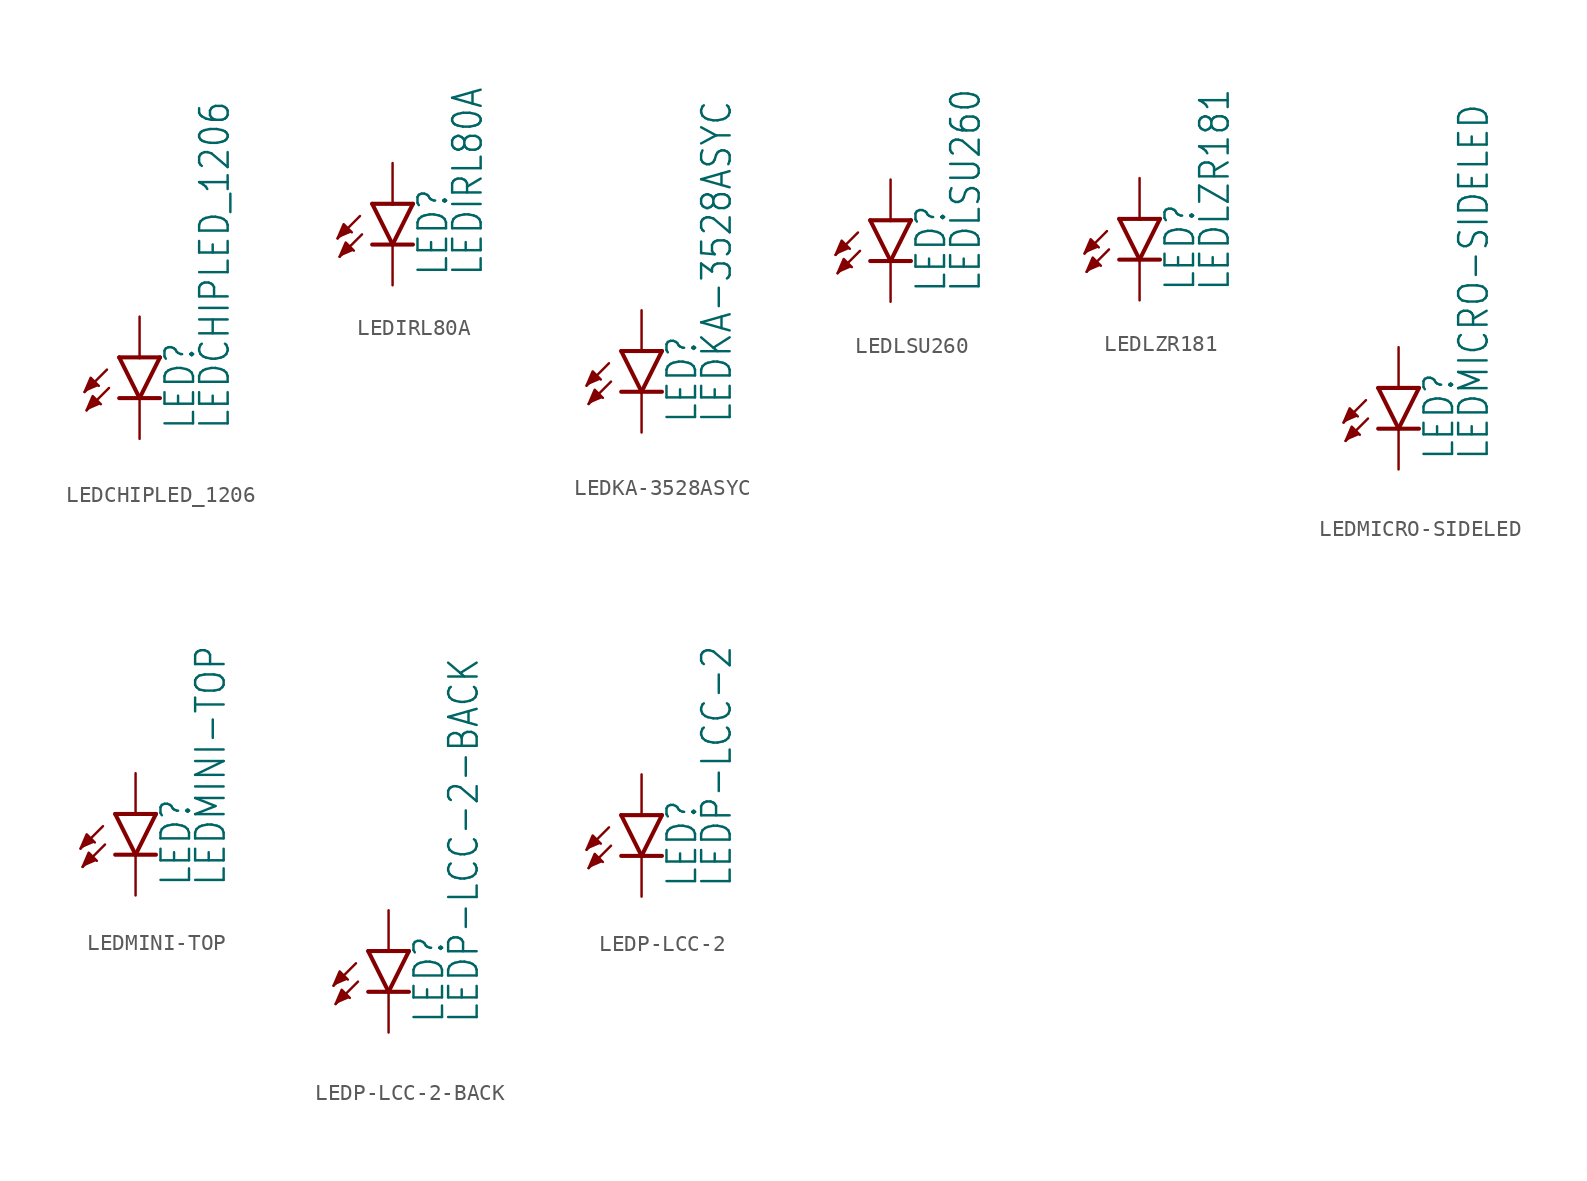
<source format=kicad_sym>
(kicad_symbol_lib
  (version 20211014)
  (generator kicad_symbol_editor)
  (symbol "LEDCHIPLED_1206"
    (property "Reference" "LED"
      (at 3.556 -4.572 90)
      (effects (font (size 1.778 1.511)) (justify left bottom)))
    (property "Value" "LEDCHIPLED_1206"
      (at 5.715 -4.572 90)
      (effects (font (size 1.778 1.511)) (justify left bottom)))
    (property "ki_locked" ""
      (at 0 0 0)
      (effects (font (size 1.27 1.27))))
    (symbol "LEDCHIPLED_1206_1_0"
      (polyline (pts (xy -2.032 -0.762) (xy -3.429 -2.159)) (stroke (width 0.152) (type default)) (fill (type none)))
      (polyline (pts (xy -1.905 -1.905) (xy -3.302 -3.302)) (stroke (width 0.152) (type default)) (fill (type none)))
      (polyline (pts (xy 0 -2.54) (xy -1.27 -2.54)) (stroke (width 0.254) (type default)) (fill (type none)))
      (polyline (pts (xy 0 -2.54) (xy -1.27 0)) (stroke (width 0.254) (type default)) (fill (type none)))
      (polyline (pts (xy 0 0) (xy -1.27 0)) (stroke (width 0.254) (type default)) (fill (type none)))
      (polyline (pts (xy 1.27 -2.54) (xy 0 -2.54)) (stroke (width 0.254) (type default)) (fill (type none)))
      (polyline (pts (xy 1.27 0) (xy 0 -2.54)) (stroke (width 0.254) (type default)) (fill (type none)))
      (polyline (pts (xy 1.27 0) (xy 0 0)) (stroke (width 0.254) (type default)) (fill (type none)))
      (polyline (pts (xy -3.429 -2.159) (xy -3.048 -1.27) (xy -2.54 -1.778)) (stroke (width 0) (type default)) (fill (type outline)))
      (polyline (pts (xy -3.302 -3.302) (xy -2.921 -2.413) (xy -2.413 -2.921)) (stroke (width 0) (type default)) (fill (type outline)))
      (pin passive line (at 0 2.54 270) (length 2.54) (name "A" (effects (font (size 0 0)))) (number "A" (effects (font (size 0 0)))))
      (pin passive line (at 0 -5.08 90) (length 2.54) (name "C" (effects (font (size 0 0)))) (number "C" (effects (font (size 0 0)))))))
  (symbol "LEDIRL80A"
    (property "Reference" "LED"
      (at 3.556 -4.572 90)
      (effects (font (size 1.778 1.511)) (justify left bottom)))
    (property "Value" "LEDIRL80A"
      (at 5.715 -4.572 90)
      (effects (font (size 1.778 1.511)) (justify left bottom)))
    (property "ki_locked" ""
      (at 0 0 0)
      (effects (font (size 1.27 1.27))))
    (symbol "LEDIRL80A_1_0"
      (polyline (pts (xy -2.032 -0.762) (xy -3.429 -2.159)) (stroke (width 0.152) (type default)) (fill (type none)))
      (polyline (pts (xy -1.905 -1.905) (xy -3.302 -3.302)) (stroke (width 0.152) (type default)) (fill (type none)))
      (polyline (pts (xy 0 -2.54) (xy -1.27 -2.54)) (stroke (width 0.254) (type default)) (fill (type none)))
      (polyline (pts (xy 0 -2.54) (xy -1.27 0)) (stroke (width 0.254) (type default)) (fill (type none)))
      (polyline (pts (xy 0 0) (xy -1.27 0)) (stroke (width 0.254) (type default)) (fill (type none)))
      (polyline (pts (xy 1.27 -2.54) (xy 0 -2.54)) (stroke (width 0.254) (type default)) (fill (type none)))
      (polyline (pts (xy 1.27 0) (xy 0 -2.54)) (stroke (width 0.254) (type default)) (fill (type none)))
      (polyline (pts (xy 1.27 0) (xy 0 0)) (stroke (width 0.254) (type default)) (fill (type none)))
      (polyline (pts (xy -3.429 -2.159) (xy -3.048 -1.27) (xy -2.54 -1.778)) (stroke (width 0) (type default)) (fill (type outline)))
      (polyline (pts (xy -3.302 -3.302) (xy -2.921 -2.413) (xy -2.413 -2.921)) (stroke (width 0) (type default)) (fill (type outline)))
      (pin passive line (at 0 2.54 270) (length 2.54) (name "A" (effects (font (size 0 0)))) (number "A" (effects (font (size 0 0)))))
      (pin passive line (at 0 -5.08 90) (length 2.54) (name "C" (effects (font (size 0 0)))) (number "K" (effects (font (size 0 0)))))))
  (symbol "LEDKA-3528ASYC"
    (property "Reference" "LED"
      (at 3.556 -4.572 90)
      (effects (font (size 1.778 1.511)) (justify left bottom)))
    (property "Value" "LEDKA-3528ASYC"
      (at 5.715 -4.572 90)
      (effects (font (size 1.778 1.511)) (justify left bottom)))
    (property "ki_locked" ""
      (at 0 0 0)
      (effects (font (size 1.27 1.27))))
    (symbol "LEDKA-3528ASYC_1_0"
      (polyline (pts (xy -2.032 -0.762) (xy -3.429 -2.159)) (stroke (width 0.152) (type default)) (fill (type none)))
      (polyline (pts (xy -1.905 -1.905) (xy -3.302 -3.302)) (stroke (width 0.152) (type default)) (fill (type none)))
      (polyline (pts (xy 0 -2.54) (xy -1.27 -2.54)) (stroke (width 0.254) (type default)) (fill (type none)))
      (polyline (pts (xy 0 -2.54) (xy -1.27 0)) (stroke (width 0.254) (type default)) (fill (type none)))
      (polyline (pts (xy 0 0) (xy -1.27 0)) (stroke (width 0.254) (type default)) (fill (type none)))
      (polyline (pts (xy 1.27 -2.54) (xy 0 -2.54)) (stroke (width 0.254) (type default)) (fill (type none)))
      (polyline (pts (xy 1.27 0) (xy 0 -2.54)) (stroke (width 0.254) (type default)) (fill (type none)))
      (polyline (pts (xy 1.27 0) (xy 0 0)) (stroke (width 0.254) (type default)) (fill (type none)))
      (polyline (pts (xy -3.429 -2.159) (xy -3.048 -1.27) (xy -2.54 -1.778)) (stroke (width 0) (type default)) (fill (type outline)))
      (polyline (pts (xy -3.302 -3.302) (xy -2.921 -2.413) (xy -2.413 -2.921)) (stroke (width 0) (type default)) (fill (type outline)))
      (pin passive line (at 0 2.54 270) (length 2.54) (name "A" (effects (font (size 0 0)))) (number "A" (effects (font (size 0 0)))))
      (pin passive line (at 0 -5.08 90) (length 2.54) (name "C" (effects (font (size 0 0)))) (number "C" (effects (font (size 0 0)))))))
  (symbol "LEDLSU260"
    (property "Reference" "LED"
      (at 3.556 -4.572 90)
      (effects (font (size 1.778 1.511)) (justify left bottom)))
    (property "Value" "LEDLSU260"
      (at 5.715 -4.572 90)
      (effects (font (size 1.778 1.511)) (justify left bottom)))
    (property "ki_locked" ""
      (at 0 0 0)
      (effects (font (size 1.27 1.27))))
    (symbol "LEDLSU260_1_0"
      (polyline (pts (xy -2.032 -0.762) (xy -3.429 -2.159)) (stroke (width 0.152) (type default)) (fill (type none)))
      (polyline (pts (xy -1.905 -1.905) (xy -3.302 -3.302)) (stroke (width 0.152) (type default)) (fill (type none)))
      (polyline (pts (xy 0 -2.54) (xy -1.27 -2.54)) (stroke (width 0.254) (type default)) (fill (type none)))
      (polyline (pts (xy 0 -2.54) (xy -1.27 0)) (stroke (width 0.254) (type default)) (fill (type none)))
      (polyline (pts (xy 0 0) (xy -1.27 0)) (stroke (width 0.254) (type default)) (fill (type none)))
      (polyline (pts (xy 1.27 -2.54) (xy 0 -2.54)) (stroke (width 0.254) (type default)) (fill (type none)))
      (polyline (pts (xy 1.27 0) (xy 0 -2.54)) (stroke (width 0.254) (type default)) (fill (type none)))
      (polyline (pts (xy 1.27 0) (xy 0 0)) (stroke (width 0.254) (type default)) (fill (type none)))
      (polyline (pts (xy -3.429 -2.159) (xy -3.048 -1.27) (xy -2.54 -1.778)) (stroke (width 0) (type default)) (fill (type outline)))
      (polyline (pts (xy -3.302 -3.302) (xy -2.921 -2.413) (xy -2.413 -2.921)) (stroke (width 0) (type default)) (fill (type outline)))
      (pin passive line (at 0 2.54 270) (length 2.54) (name "A" (effects (font (size 0 0)))) (number "A" (effects (font (size 0 0)))))
      (pin passive line (at 0 -5.08 90) (length 2.54) (name "C" (effects (font (size 0 0)))) (number "K" (effects (font (size 0 0)))))))
  (symbol "LEDLZR181"
    (property "Reference" "LED"
      (at 3.556 -4.572 90)
      (effects (font (size 1.778 1.511)) (justify left bottom)))
    (property "Value" "LEDLZR181"
      (at 5.715 -4.572 90)
      (effects (font (size 1.778 1.511)) (justify left bottom)))
    (property "ki_locked" ""
      (at 0 0 0)
      (effects (font (size 1.27 1.27))))
    (symbol "LEDLZR181_1_0"
      (polyline (pts (xy -2.032 -0.762) (xy -3.429 -2.159)) (stroke (width 0.152) (type default)) (fill (type none)))
      (polyline (pts (xy -1.905 -1.905) (xy -3.302 -3.302)) (stroke (width 0.152) (type default)) (fill (type none)))
      (polyline (pts (xy 0 -2.54) (xy -1.27 -2.54)) (stroke (width 0.254) (type default)) (fill (type none)))
      (polyline (pts (xy 0 -2.54) (xy -1.27 0)) (stroke (width 0.254) (type default)) (fill (type none)))
      (polyline (pts (xy 0 0) (xy -1.27 0)) (stroke (width 0.254) (type default)) (fill (type none)))
      (polyline (pts (xy 1.27 -2.54) (xy 0 -2.54)) (stroke (width 0.254) (type default)) (fill (type none)))
      (polyline (pts (xy 1.27 0) (xy 0 -2.54)) (stroke (width 0.254) (type default)) (fill (type none)))
      (polyline (pts (xy 1.27 0) (xy 0 0)) (stroke (width 0.254) (type default)) (fill (type none)))
      (polyline (pts (xy -3.429 -2.159) (xy -3.048 -1.27) (xy -2.54 -1.778)) (stroke (width 0) (type default)) (fill (type outline)))
      (polyline (pts (xy -3.302 -3.302) (xy -2.921 -2.413) (xy -2.413 -2.921)) (stroke (width 0) (type default)) (fill (type outline)))
      (pin passive line (at 0 2.54 270) (length 2.54) (name "A" (effects (font (size 0 0)))) (number "A" (effects (font (size 0 0)))))
      (pin passive line (at 0 -5.08 90) (length 2.54) (name "C" (effects (font (size 0 0)))) (number "K" (effects (font (size 0 0)))))))
  (symbol "LEDMICRO-SIDELED"
    (property "Reference" "LED"
      (at 3.556 -4.572 90)
      (effects (font (size 1.778 1.511)) (justify left bottom)))
    (property "Value" "LEDMICRO-SIDELED"
      (at 5.715 -4.572 90)
      (effects (font (size 1.778 1.511)) (justify left bottom)))
    (property "ki_locked" ""
      (at 0 0 0)
      (effects (font (size 1.27 1.27))))
    (symbol "LEDMICRO-SIDELED_1_0"
      (polyline (pts (xy -2.032 -0.762) (xy -3.429 -2.159)) (stroke (width 0.152) (type default)) (fill (type none)))
      (polyline (pts (xy -1.905 -1.905) (xy -3.302 -3.302)) (stroke (width 0.152) (type default)) (fill (type none)))
      (polyline (pts (xy 0 -2.54) (xy -1.27 -2.54)) (stroke (width 0.254) (type default)) (fill (type none)))
      (polyline (pts (xy 0 -2.54) (xy -1.27 0)) (stroke (width 0.254) (type default)) (fill (type none)))
      (polyline (pts (xy 0 0) (xy -1.27 0)) (stroke (width 0.254) (type default)) (fill (type none)))
      (polyline (pts (xy 1.27 -2.54) (xy 0 -2.54)) (stroke (width 0.254) (type default)) (fill (type none)))
      (polyline (pts (xy 1.27 0) (xy 0 -2.54)) (stroke (width 0.254) (type default)) (fill (type none)))
      (polyline (pts (xy 1.27 0) (xy 0 0)) (stroke (width 0.254) (type default)) (fill (type none)))
      (polyline (pts (xy -3.429 -2.159) (xy -3.048 -1.27) (xy -2.54 -1.778)) (stroke (width 0) (type default)) (fill (type outline)))
      (polyline (pts (xy -3.302 -3.302) (xy -2.921 -2.413) (xy -2.413 -2.921)) (stroke (width 0) (type default)) (fill (type outline)))
      (pin passive line (at 0 2.54 270) (length 2.54) (name "A" (effects (font (size 0 0)))) (number "A" (effects (font (size 0 0)))))
      (pin passive line (at 0 -5.08 90) (length 2.54) (name "C" (effects (font (size 0 0)))) (number "C" (effects (font (size 0 0)))))))
  (symbol "LEDMINI-TOP"
    (property "Reference" "LED"
      (at 3.556 -4.572 90)
      (effects (font (size 1.778 1.511)) (justify left bottom)))
    (property "Value" "LEDMINI-TOP"
      (at 5.715 -4.572 90)
      (effects (font (size 1.778 1.511)) (justify left bottom)))
    (property "ki_locked" ""
      (at 0 0 0)
      (effects (font (size 1.27 1.27))))
    (symbol "LEDMINI-TOP_1_0"
      (polyline (pts (xy -2.032 -0.762) (xy -3.429 -2.159)) (stroke (width 0.152) (type default)) (fill (type none)))
      (polyline (pts (xy -1.905 -1.905) (xy -3.302 -3.302)) (stroke (width 0.152) (type default)) (fill (type none)))
      (polyline (pts (xy 0 -2.54) (xy -1.27 -2.54)) (stroke (width 0.254) (type default)) (fill (type none)))
      (polyline (pts (xy 0 -2.54) (xy -1.27 0)) (stroke (width 0.254) (type default)) (fill (type none)))
      (polyline (pts (xy 0 0) (xy -1.27 0)) (stroke (width 0.254) (type default)) (fill (type none)))
      (polyline (pts (xy 1.27 -2.54) (xy 0 -2.54)) (stroke (width 0.254) (type default)) (fill (type none)))
      (polyline (pts (xy 1.27 0) (xy 0 -2.54)) (stroke (width 0.254) (type default)) (fill (type none)))
      (polyline (pts (xy 1.27 0) (xy 0 0)) (stroke (width 0.254) (type default)) (fill (type none)))
      (polyline (pts (xy -3.429 -2.159) (xy -3.048 -1.27) (xy -2.54 -1.778)) (stroke (width 0) (type default)) (fill (type outline)))
      (polyline (pts (xy -3.302 -3.302) (xy -2.921 -2.413) (xy -2.413 -2.921)) (stroke (width 0) (type default)) (fill (type outline)))
      (pin passive line (at 0 2.54 270) (length 2.54) (name "A" (effects (font (size 0 0)))) (number "A" (effects (font (size 0 0)))))
      (pin passive line (at 0 -5.08 90) (length 2.54) (name "C" (effects (font (size 0 0)))) (number "C" (effects (font (size 0 0)))))))
  (symbol "LEDP-LCC-2-BACK"
    (property "Reference" "LED"
      (at 3.556 -4.572 90)
      (effects (font (size 1.778 1.511)) (justify left bottom)))
    (property "Value" "LEDP-LCC-2-BACK"
      (at 5.715 -4.572 90)
      (effects (font (size 1.778 1.511)) (justify left bottom)))
    (property "ki_locked" ""
      (at 0 0 0)
      (effects (font (size 1.27 1.27))))
    (symbol "LEDP-LCC-2-BACK_1_0"
      (polyline (pts (xy -2.032 -0.762) (xy -3.429 -2.159)) (stroke (width 0.152) (type default)) (fill (type none)))
      (polyline (pts (xy -1.905 -1.905) (xy -3.302 -3.302)) (stroke (width 0.152) (type default)) (fill (type none)))
      (polyline (pts (xy 0 -2.54) (xy -1.27 -2.54)) (stroke (width 0.254) (type default)) (fill (type none)))
      (polyline (pts (xy 0 -2.54) (xy -1.27 0)) (stroke (width 0.254) (type default)) (fill (type none)))
      (polyline (pts (xy 0 0) (xy -1.27 0)) (stroke (width 0.254) (type default)) (fill (type none)))
      (polyline (pts (xy 1.27 -2.54) (xy 0 -2.54)) (stroke (width 0.254) (type default)) (fill (type none)))
      (polyline (pts (xy 1.27 0) (xy 0 -2.54)) (stroke (width 0.254) (type default)) (fill (type none)))
      (polyline (pts (xy 1.27 0) (xy 0 0)) (stroke (width 0.254) (type default)) (fill (type none)))
      (polyline (pts (xy -3.429 -2.159) (xy -3.048 -1.27) (xy -2.54 -1.778)) (stroke (width 0) (type default)) (fill (type outline)))
      (polyline (pts (xy -3.302 -3.302) (xy -2.921 -2.413) (xy -2.413 -2.921)) (stroke (width 0) (type default)) (fill (type outline)))
      (pin passive line (at 0 2.54 270) (length 2.54) (name "A" (effects (font (size 0 0)))) (number "A" (effects (font (size 0 0)))))
      (pin passive line (at 0 -5.08 90) (length 2.54) (name "C" (effects (font (size 0 0)))) (number "C" (effects (font (size 0 0)))))))
  (symbol "LEDP-LCC-2"
    (property "Reference" "LED"
      (at 3.556 -4.572 90)
      (effects (font (size 1.778 1.511)) (justify left bottom)))
    (property "Value" "LEDP-LCC-2"
      (at 5.715 -4.572 90)
      (effects (font (size 1.778 1.511)) (justify left bottom)))
    (property "ki_locked" ""
      (at 0 0 0)
      (effects (font (size 1.27 1.27))))
    (symbol "LEDP-LCC-2_1_0"
      (polyline (pts (xy -2.032 -0.762) (xy -3.429 -2.159)) (stroke (width 0.152) (type default)) (fill (type none)))
      (polyline (pts (xy -1.905 -1.905) (xy -3.302 -3.302)) (stroke (width 0.152) (type default)) (fill (type none)))
      (polyline (pts (xy 0 -2.54) (xy -1.27 -2.54)) (stroke (width 0.254) (type default)) (fill (type none)))
      (polyline (pts (xy 0 -2.54) (xy -1.27 0)) (stroke (width 0.254) (type default)) (fill (type none)))
      (polyline (pts (xy 0 0) (xy -1.27 0)) (stroke (width 0.254) (type default)) (fill (type none)))
      (polyline (pts (xy 1.27 -2.54) (xy 0 -2.54)) (stroke (width 0.254) (type default)) (fill (type none)))
      (polyline (pts (xy 1.27 0) (xy 0 -2.54)) (stroke (width 0.254) (type default)) (fill (type none)))
      (polyline (pts (xy 1.27 0) (xy 0 0)) (stroke (width 0.254) (type default)) (fill (type none)))
      (polyline (pts (xy -3.429 -2.159) (xy -3.048 -1.27) (xy -2.54 -1.778)) (stroke (width 0) (type default)) (fill (type outline)))
      (polyline (pts (xy -3.302 -3.302) (xy -2.921 -2.413) (xy -2.413 -2.921)) (stroke (width 0) (type default)) (fill (type outline)))
      (pin passive line (at 0 2.54 270) (length 2.54) (name "A" (effects (font (size 0 0)))) (number "A" (effects (font (size 0 0)))))
      (pin passive line (at 0 -5.08 90) (length 2.54) (name "C" (effects (font (size 0 0)))) (number "C" (effects (font (size 0 0))))))))
</source>
